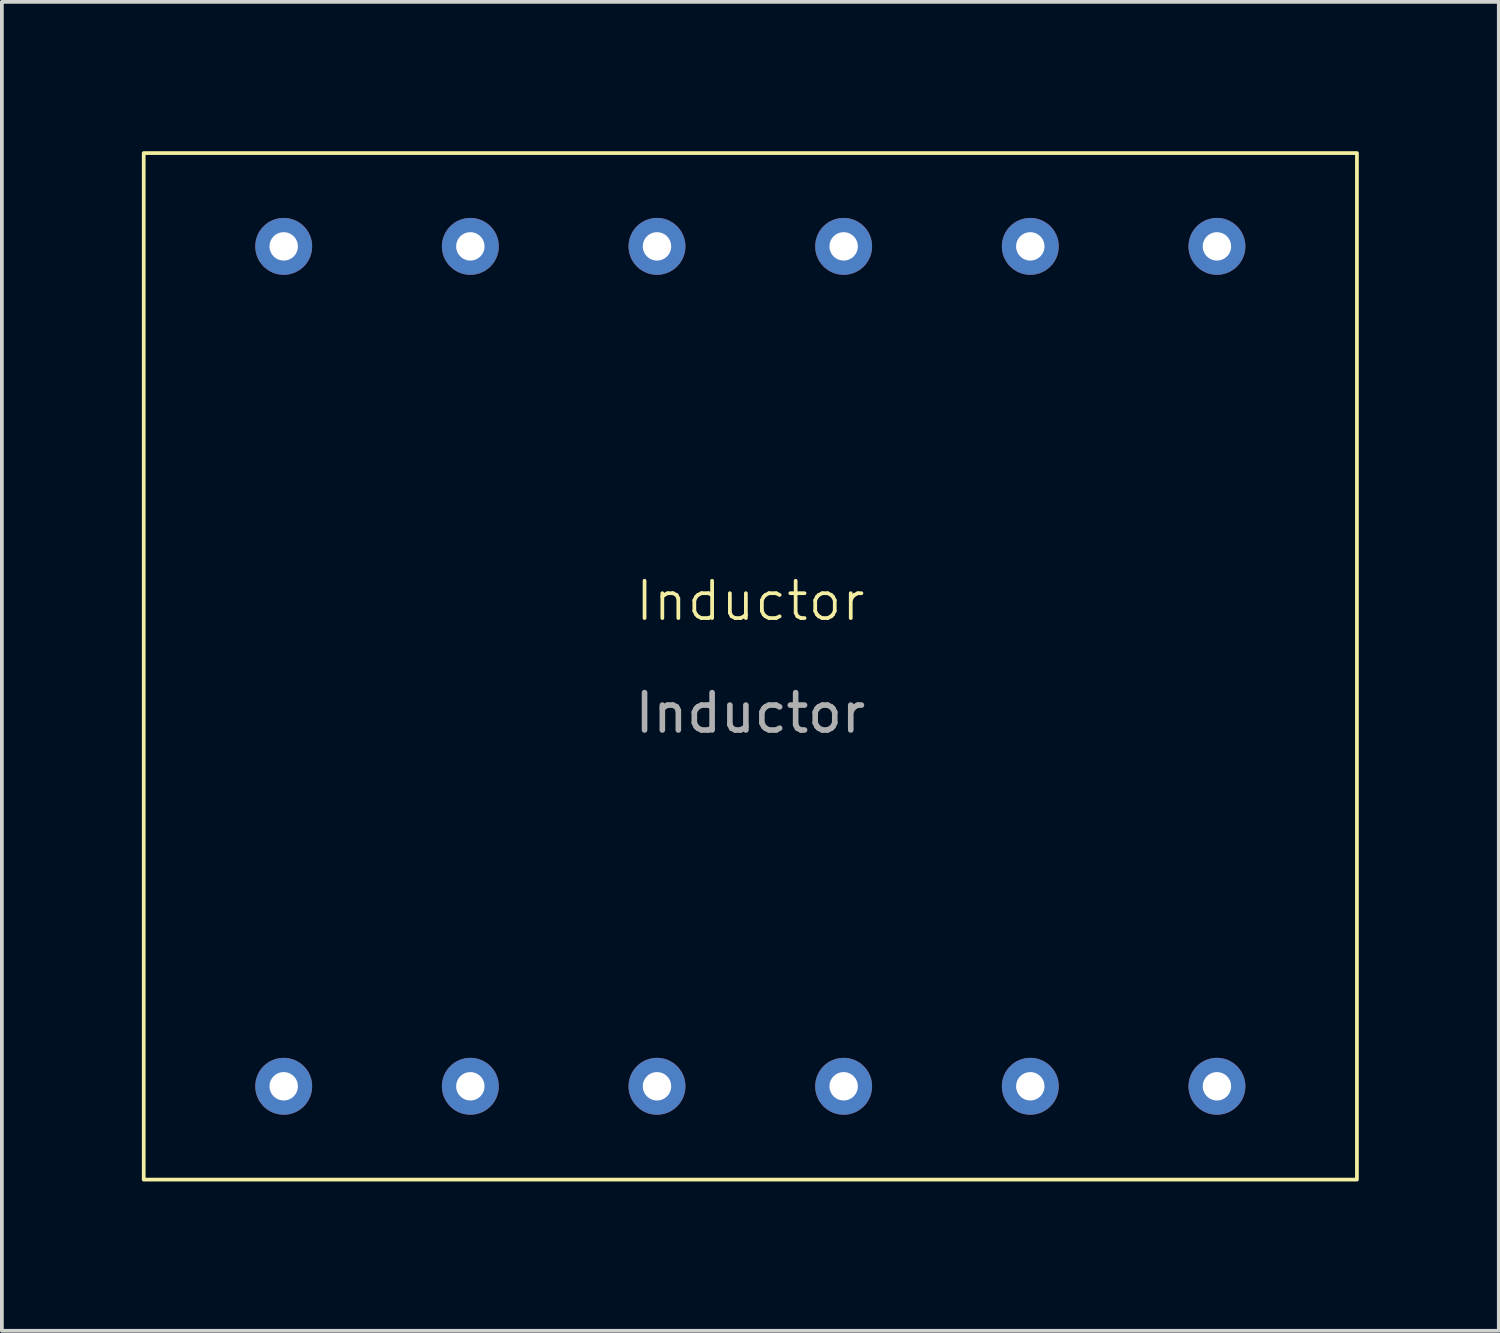
<source format=kicad_pcb>
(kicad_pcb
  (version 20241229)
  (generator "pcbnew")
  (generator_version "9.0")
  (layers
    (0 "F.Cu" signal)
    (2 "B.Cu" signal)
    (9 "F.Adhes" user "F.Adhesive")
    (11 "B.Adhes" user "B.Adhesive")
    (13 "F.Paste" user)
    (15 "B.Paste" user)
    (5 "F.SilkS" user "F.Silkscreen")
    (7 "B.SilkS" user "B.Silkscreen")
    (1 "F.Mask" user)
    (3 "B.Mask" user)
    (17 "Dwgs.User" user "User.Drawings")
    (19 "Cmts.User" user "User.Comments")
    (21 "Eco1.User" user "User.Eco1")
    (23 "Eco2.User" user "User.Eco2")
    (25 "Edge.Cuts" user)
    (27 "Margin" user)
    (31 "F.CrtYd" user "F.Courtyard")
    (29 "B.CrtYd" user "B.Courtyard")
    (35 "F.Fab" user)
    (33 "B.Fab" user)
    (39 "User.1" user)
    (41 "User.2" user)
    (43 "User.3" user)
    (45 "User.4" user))
  (footprint "Inductor"
    (layer "F.Cu")
    (at 17.05 14.8)
    (property "Reference" "Inductor" (at 0 -1.75 0) (unlocked yes) (layer "F.SilkS") (effects (font (size 1 1) (thickness 0.1))))
    (attr through_hole)
    (fp_rect (start -16.25 -13.75) (end 16.25 13.75) (stroke (width 0.1) (type default)) (fill no) (layer "F.SilkS"))
    (fp_rect (start -17 -14.75) (end 17 14.75) (stroke (width 0.1) (type default)) (fill no) (layer "Margin"))
    (fp_text user "${REFERENCE}" (at 0 1.25 0) (unlocked yes) (layer "F.Fab") (effects (font (size 1 1) (thickness 0.15))))
    (pad "1" thru_hole circle (at -12.5 11.25) (size 1.524 1.524) (drill 0.762) (layers "*.Cu" "*.Mask"))
    (pad "2" thru_hole circle (at -7.5 11.25) (size 1.524 1.524) (drill 0.762) (layers "*.Cu" "*.Mask"))
    (pad "3" thru_hole circle (at -2.5 11.25) (size 1.524 1.524) (drill 0.762) (layers "*.Cu" "*.Mask"))
    (pad "4" thru_hole circle (at 2.5 11.25) (size 1.524 1.524) (drill 0.762) (layers "*.Cu" "*.Mask"))
    (pad "5" thru_hole circle (at 7.5 11.25) (size 1.524 1.524) (drill 0.762) (layers "*.Cu" "*.Mask"))
    (pad "6" thru_hole circle (at 12.5 11.25) (size 1.524 1.524) (drill 0.762) (layers "*.Cu" "*.Mask"))
    (pad "7" thru_hole circle (at -12.5 -11.25) (size 1.524 1.524) (drill 0.762) (layers "*.Cu" "*.Mask"))
    (pad "8" thru_hole circle (at -7.5 -11.25) (size 1.524 1.524) (drill 0.762) (layers "*.Cu" "*.Mask"))
    (pad "9" thru_hole circle (at -2.5 -11.25) (size 1.524 1.524) (drill 0.762) (layers "*.Cu" "*.Mask"))
    (pad "10" thru_hole circle (at 2.5 -11.25) (size 1.524 1.524) (drill 0.762) (layers "*.Cu" "*.Mask"))
    (pad "11" thru_hole circle (at 7.5 -11.25) (size 1.524 1.524) (drill 0.762) (layers "*.Cu" "*.Mask"))
    (pad "12" thru_hole circle (at 12.5 -11.25) (size 1.524 1.524) (drill 0.762) (layers "*.Cu" "*.Mask")))
  (gr_rect
    (start -3 -3)
    (end 37.1 32.6)
    (stroke (width 0.1) (type default))
    (fill no)
    (layer "Edge.Cuts")))
</source>
